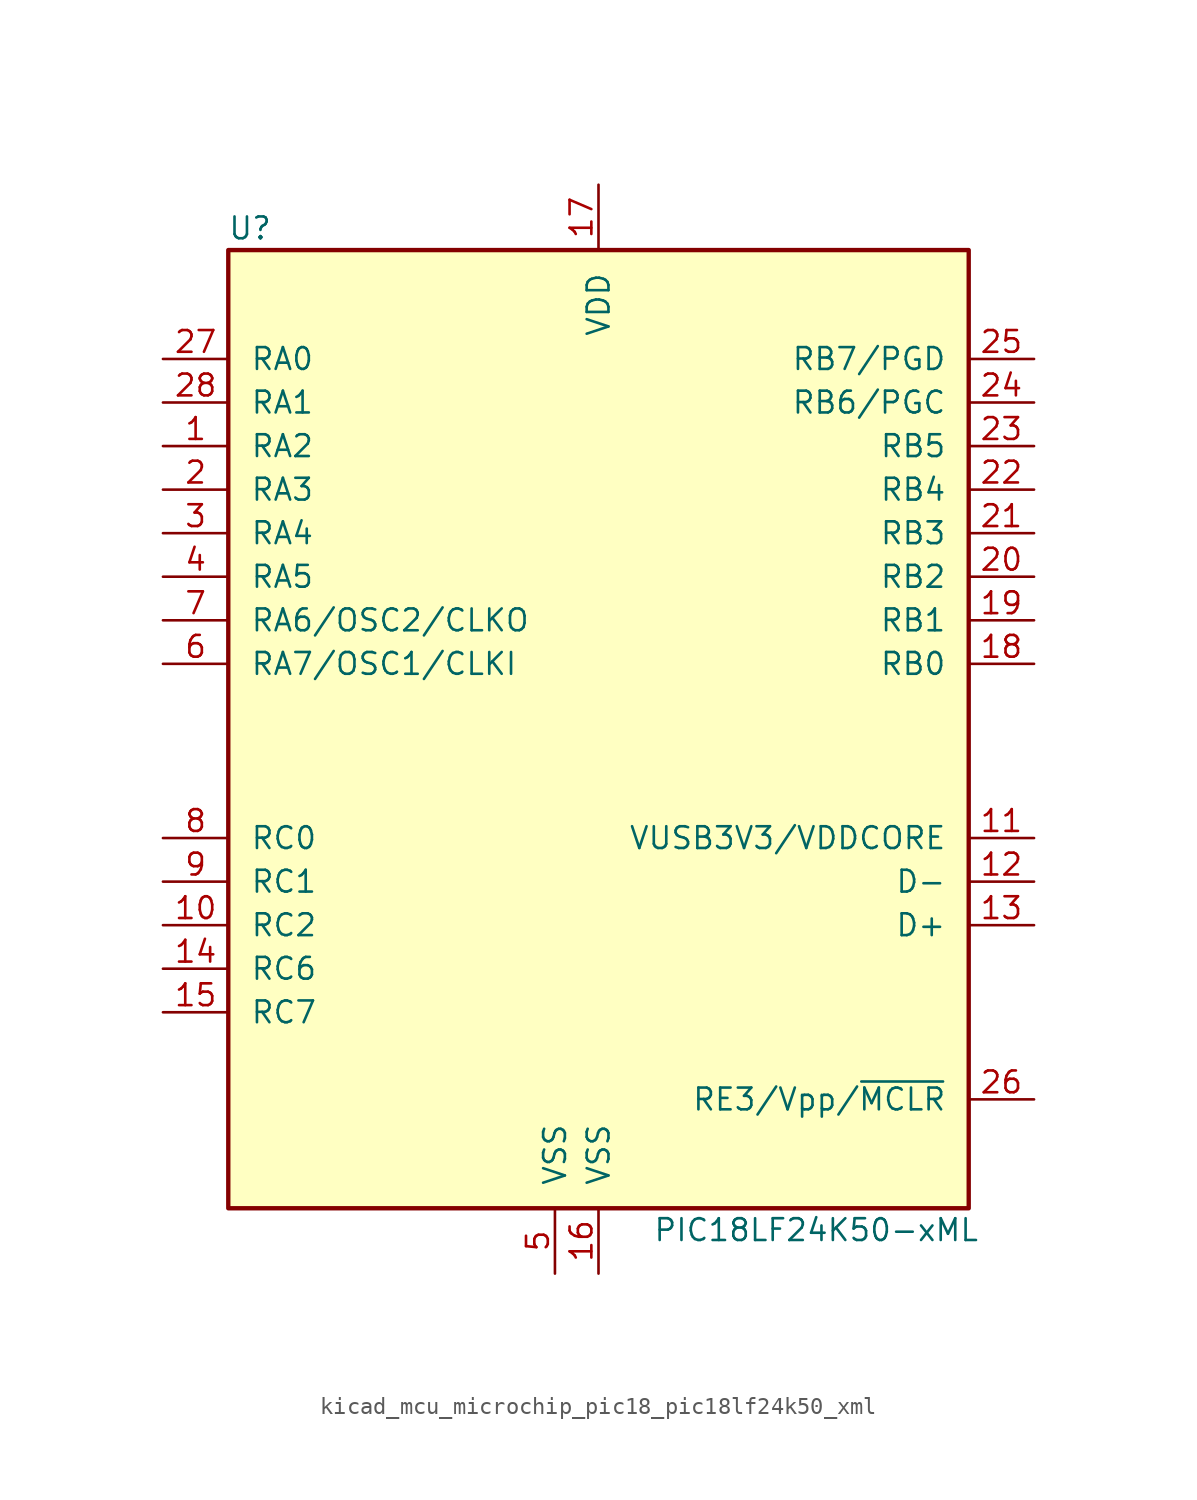
<source format=kicad_sym>
(kicad_symbol_lib
  (version 20220914)
  (generator kicad_symbol_editor)
  (symbol "kicad_mcu_microchip_pic18_pic18lf24k50_xml"
    (pin_names
      (offset 1.27))
    (property "Reference" "U"
      (at -20.32 30.48 0)
      (effects (font (size 1.27 1.27))))
    (property "Value" "PIC18LF24K50-xML"
      (at 12.7 -27.94 0)
      (effects (font (size 1.27 1.27))))
    (symbol "kicad_mcu_microchip_pic18_pic18lf24k50_xml_0_1"
      (rectangle (start -21.59 29.21) (end 21.59 -26.67) (stroke (width 0.254) (type default)) (fill (type background))))
    (symbol "kicad_mcu_microchip_pic18_pic18lf24k50_xml_1_1"
      (pin bidirectional line (at -25.4 17.78 0) (length 3.81) (name "RA2" (effects (font (size 1.27 1.27)))) (number "1" (effects (font (size 1.27 1.27)))))
      (pin bidirectional line (at -25.4 -10.16 0) (length 3.81) (name "RC2" (effects (font (size 1.27 1.27)))) (number "10" (effects (font (size 1.27 1.27)))))
      (pin bidirectional line (at 25.4 -5.08 180) (length 3.81) (name "VUSB3V3/VDDCORE" (effects (font (size 1.27 1.27)))) (number "11" (effects (font (size 1.27 1.27)))))
      (pin bidirectional line (at 25.4 -7.62 180) (length 3.81) (name "D-" (effects (font (size 1.27 1.27)))) (number "12" (effects (font (size 1.27 1.27)))))
      (pin bidirectional line (at 25.4 -10.16 180) (length 3.81) (name "D+" (effects (font (size 1.27 1.27)))) (number "13" (effects (font (size 1.27 1.27)))))
      (pin bidirectional line (at -25.4 -12.7 0) (length 3.81) (name "RC6" (effects (font (size 1.27 1.27)))) (number "14" (effects (font (size 1.27 1.27)))))
      (pin bidirectional line (at -25.4 -15.24 0) (length 3.81) (name "RC7" (effects (font (size 1.27 1.27)))) (number "15" (effects (font (size 1.27 1.27)))))
      (pin power_in line (at 0 -30.48 90) (length 3.81) (name "VSS" (effects (font (size 1.27 1.27)))) (number "16" (effects (font (size 1.27 1.27)))))
      (pin power_in line (at 0 33.02 270) (length 3.81) (name "VDD" (effects (font (size 1.27 1.27)))) (number "17" (effects (font (size 1.27 1.27)))))
      (pin bidirectional line (at 25.4 5.08 180) (length 3.81) (name "RB0" (effects (font (size 1.27 1.27)))) (number "18" (effects (font (size 1.27 1.27)))))
      (pin bidirectional line (at 25.4 7.62 180) (length 3.81) (name "RB1" (effects (font (size 1.27 1.27)))) (number "19" (effects (font (size 1.27 1.27)))))
      (pin bidirectional line (at -25.4 15.24 0) (length 3.81) (name "RA3" (effects (font (size 1.27 1.27)))) (number "2" (effects (font (size 1.27 1.27)))))
      (pin bidirectional line (at 25.4 10.16 180) (length 3.81) (name "RB2" (effects (font (size 1.27 1.27)))) (number "20" (effects (font (size 1.27 1.27)))))
      (pin bidirectional line (at 25.4 12.7 180) (length 3.81) (name "RB3" (effects (font (size 1.27 1.27)))) (number "21" (effects (font (size 1.27 1.27)))))
      (pin bidirectional line (at 25.4 15.24 180) (length 3.81) (name "RB4" (effects (font (size 1.27 1.27)))) (number "22" (effects (font (size 1.27 1.27)))))
      (pin bidirectional line (at 25.4 17.78 180) (length 3.81) (name "RB5" (effects (font (size 1.27 1.27)))) (number "23" (effects (font (size 1.27 1.27)))))
      (pin bidirectional line (at 25.4 20.32 180) (length 3.81) (name "RB6/PGC" (effects (font (size 1.27 1.27)))) (number "24" (effects (font (size 1.27 1.27)))))
      (pin bidirectional line (at 25.4 22.86 180) (length 3.81) (name "RB7/PGD" (effects (font (size 1.27 1.27)))) (number "25" (effects (font (size 1.27 1.27)))))
      (pin input line (at 25.4 -20.32 180) (length 3.81) (name "RE3/Vpp/~{MCLR}" (effects (font (size 1.27 1.27)))) (number "26" (effects (font (size 1.27 1.27)))))
      (pin bidirectional line (at -25.4 22.86 0) (length 3.81) (name "RA0" (effects (font (size 1.27 1.27)))) (number "27" (effects (font (size 1.27 1.27)))))
      (pin bidirectional line (at -25.4 20.32 0) (length 3.81) (name "RA1" (effects (font (size 1.27 1.27)))) (number "28" (effects (font (size 1.27 1.27)))))
      (pin bidirectional line (at -25.4 12.7 0) (length 3.81) (name "RA4" (effects (font (size 1.27 1.27)))) (number "3" (effects (font (size 1.27 1.27)))))
      (pin bidirectional line (at -25.4 10.16 0) (length 3.81) (name "RA5" (effects (font (size 1.27 1.27)))) (number "4" (effects (font (size 1.27 1.27)))))
      (pin power_in line (at -2.54 -30.48 90) (length 3.81) (name "VSS" (effects (font (size 1.27 1.27)))) (number "5" (effects (font (size 1.27 1.27)))))
      (pin input line (at -25.4 5.08 0) (length 3.81) (name "RA7/OSC1/CLKI" (effects (font (size 1.27 1.27)))) (number "6" (effects (font (size 1.27 1.27)))))
      (pin output line (at -25.4 7.62 0) (length 3.81) (name "RA6/OSC2/CLKO" (effects (font (size 1.27 1.27)))) (number "7" (effects (font (size 1.27 1.27)))))
      (pin bidirectional line (at -25.4 -5.08 0) (length 3.81) (name "RC0" (effects (font (size 1.27 1.27)))) (number "8" (effects (font (size 1.27 1.27)))))
      (pin bidirectional line (at -25.4 -7.62 0) (length 3.81) (name "RC1" (effects (font (size 1.27 1.27)))) (number "9" (effects (font (size 1.27 1.27))))))))
</source>
